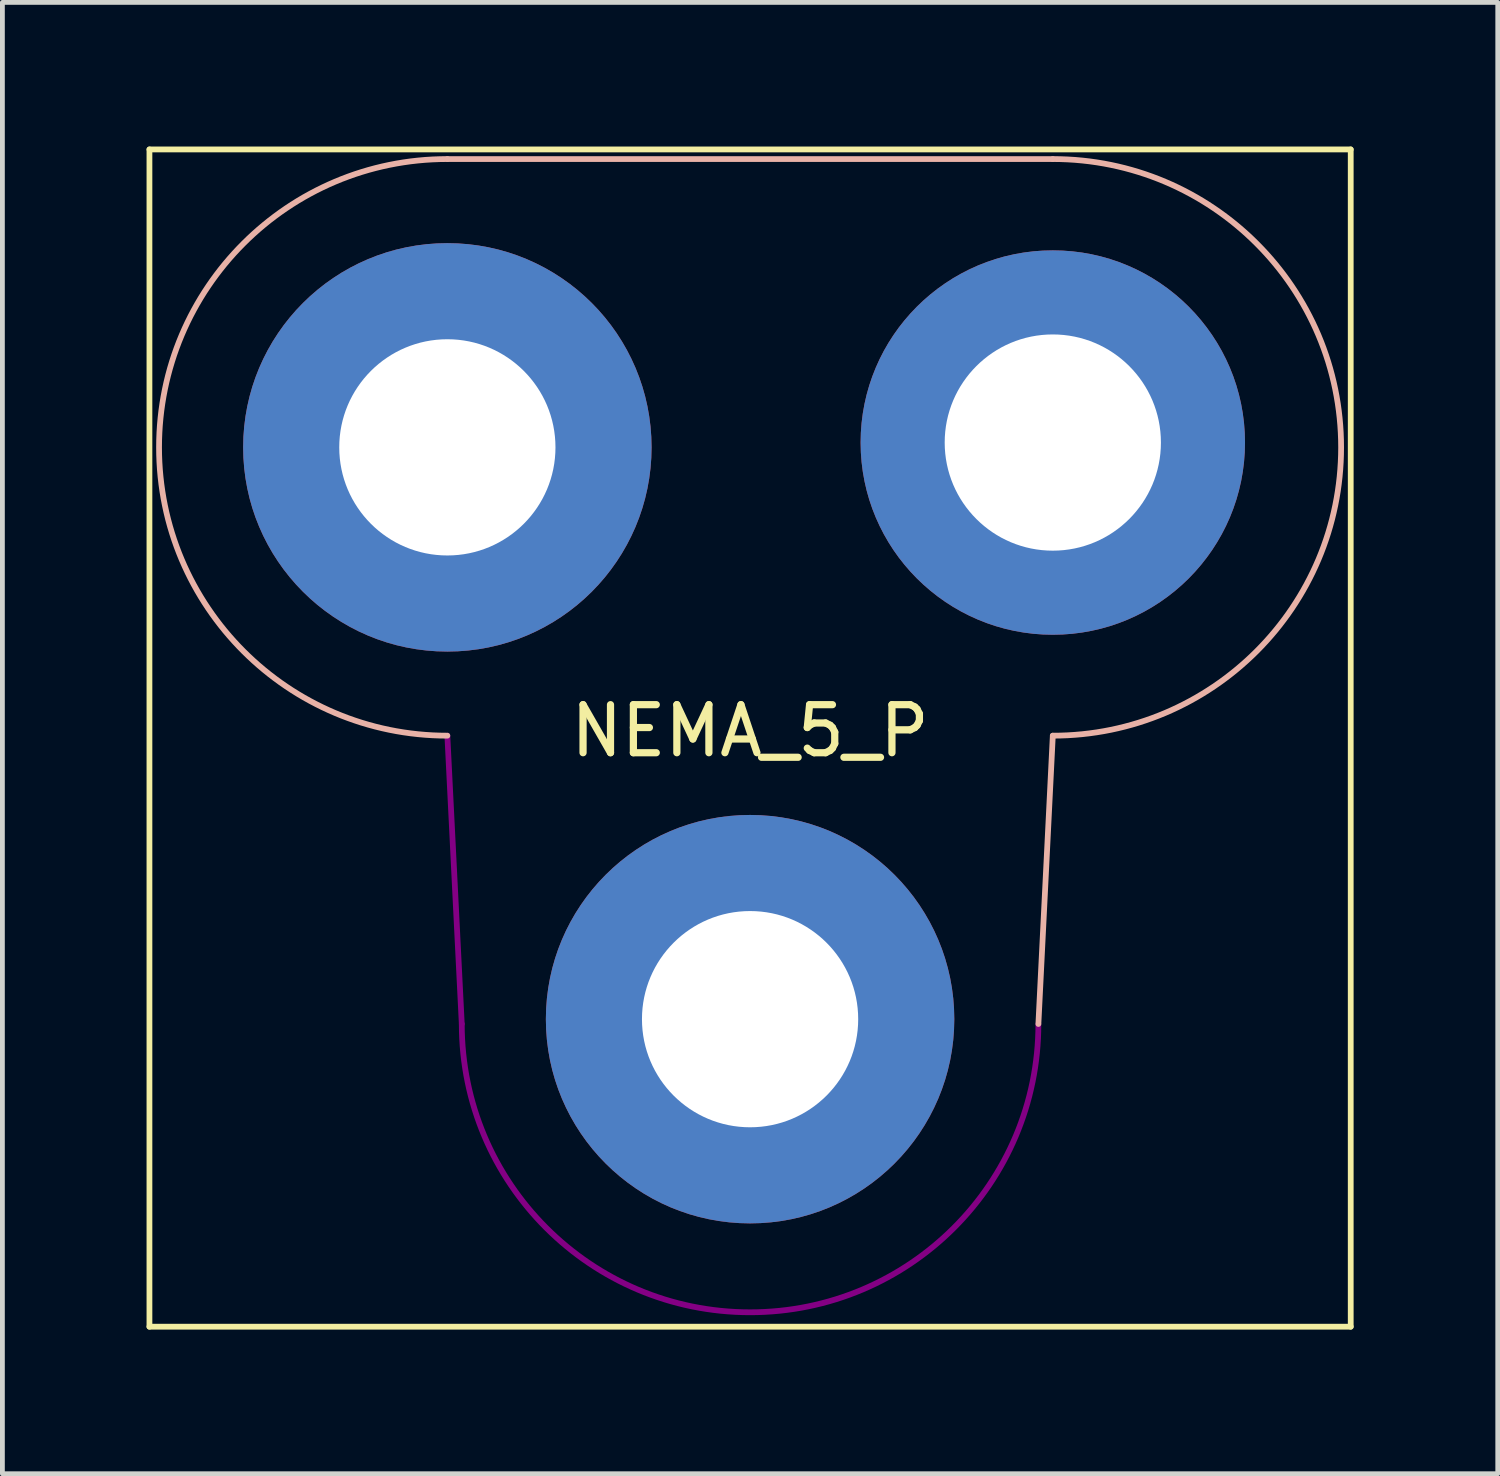
<source format=kicad_pcb>
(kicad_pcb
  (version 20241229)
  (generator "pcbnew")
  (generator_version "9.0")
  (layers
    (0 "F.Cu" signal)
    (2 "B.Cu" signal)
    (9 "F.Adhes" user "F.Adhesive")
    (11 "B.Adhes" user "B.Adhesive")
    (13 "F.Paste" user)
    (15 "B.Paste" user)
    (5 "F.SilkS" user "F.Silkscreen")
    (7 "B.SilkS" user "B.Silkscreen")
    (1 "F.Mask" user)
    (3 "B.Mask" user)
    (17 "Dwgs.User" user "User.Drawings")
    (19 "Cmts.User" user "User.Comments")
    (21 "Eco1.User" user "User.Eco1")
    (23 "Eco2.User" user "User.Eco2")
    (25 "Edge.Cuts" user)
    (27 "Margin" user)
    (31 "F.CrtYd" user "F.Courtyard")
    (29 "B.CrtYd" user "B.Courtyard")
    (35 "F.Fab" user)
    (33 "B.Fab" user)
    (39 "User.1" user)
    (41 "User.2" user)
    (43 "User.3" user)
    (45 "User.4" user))
  (footprint "NEMA_5_P"
    (layer "F.Cu")
    (at 12.56 6.26)
    (property "Reference" "NEMA_5_P" (at 0 5.9 0) (layer "F.SilkS") (effects (font (size 1 1) (thickness 0.15))))
    (attr through_hole)
    (fp_line (start -12.5 -6.2) (end 12.5 -6.2) (stroke (width 0.12) (type solid)) (layer "F.SilkS"))
    (fp_line (start -12.5 18.3) (end -12.5 -6.2) (stroke (width 0.12) (type solid)) (layer "F.SilkS"))
    (fp_line (start 12.5 -6.2) (end 12.5 18.3) (stroke (width 0.12) (type solid)) (layer "F.SilkS"))
    (fp_line (start 12.5 18.3) (end -12.5 18.3) (stroke (width 0.12) (type solid)) (layer "F.SilkS"))
    (fp_line (start 6 12) (end 6.3 6) (stroke (width 0.12) (type solid)) (layer "B.SilkS"))
    (fp_line (start 6.3 -6) (end -6.3 -6) (stroke (width 0.12) (type solid)) (layer "B.SilkS"))
    (fp_arc (start -6.3 6) (mid -12.3 0) (end -6.3 -6) (stroke (width 0.12) (type solid)) (layer "B.SilkS"))
    (fp_arc (start 6.3 -6) (mid 12.3 0) (end 6.3 6) (stroke (width 0.12) (type solid)) (layer "B.SilkS"))
    (fp_line (start -6.3 6) (end -6 12) (stroke (width 0.12) (type solid)) (layer "F.Adhes"))
    (fp_arc (start 6 12) (mid 0 18) (end -6 12) (stroke (width 0.12) (type solid)) (layer "F.Adhes"))
    (pad "1" thru_hole circle (at -6.3 0) (size 8.5 8.5) (drill 4.5) (layers "*.Cu" "*.Mask"))
    (pad "2" thru_hole circle (at 6.3 -0.1) (size 8 8) (drill 4.5) (layers "*.Cu" "*.Mask"))
    (pad "3" thru_hole circle (at 0 11.9) (size 8.5 8.5) (drill 4.5) (layers "*.Cu" "*.Mask")))
  (gr_rect
    (start -3 -3)
    (end 28.12 27.62)
    (stroke (width 0.1) (type default))
    (fill no)
    (layer "Edge.Cuts")))
</source>
